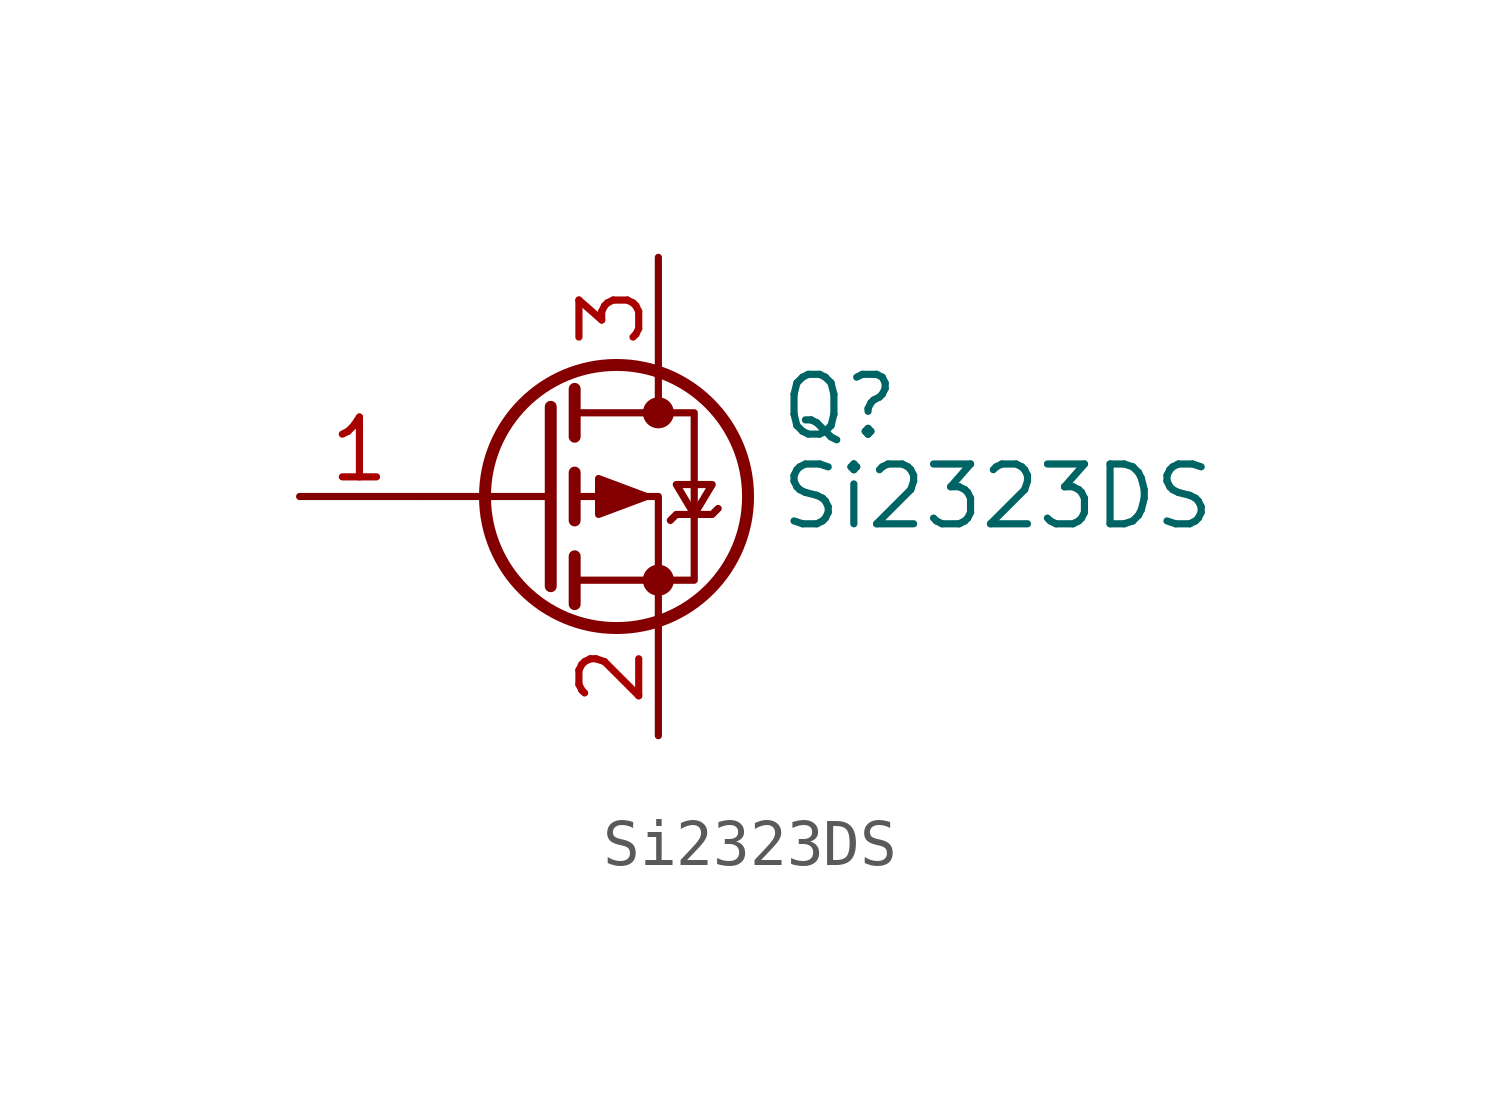
<source format=kicad_sym>
(kicad_symbol_lib
  (version 20201005)
  (generator kicad_symbol_editor)
  (symbol "Si2323DS"
    (pin_names hide)
    (property "Reference" "Q"
      (at 5.08 1.905 0)
      (effects (font (size 1.27 1.27)) (justify left)))
    (property "Value" "Si2323DS"
      (at 5.08 0 0)
      (effects (font (size 1.27 1.27)) (justify left)))
    (symbol "Si2323DS_0_1"
      (circle (center 1.651 0) (radius 2.794) (stroke (width 0.254)) (fill (type none)))
      (circle (center 2.54 -1.778) (radius 0.254) (stroke (width 0)) (fill (type outline)))
      (circle (center 2.54 1.778) (radius 0.254) (stroke (width 0)) (fill (type outline)))
      (polyline (pts (xy 0.254 0) (xy -2.54 0)) (stroke (width 0)) (fill (type none)))
      (polyline (pts (xy 0.254 1.905) (xy 0.254 -1.905)) (stroke (width 0.254)) (fill (type none)))
      (polyline (pts (xy 0.762 -1.27) (xy 0.762 -2.286)) (stroke (width 0.254)) (fill (type none)))
      (polyline (pts (xy 0.762 0.508) (xy 0.762 -0.508)) (stroke (width 0.254)) (fill (type none)))
      (polyline (pts (xy 0.762 2.286) (xy 0.762 1.27)) (stroke (width 0.254)) (fill (type none)))
      (polyline (pts (xy 2.54 2.54) (xy 2.54 1.778)) (stroke (width 0)) (fill (type none)))
      (polyline (pts (xy 2.54 -2.54) (xy 2.54 0) (xy 0.762 0)) (stroke (width 0)) (fill (type none)))
      (polyline (pts (xy 0.762 1.778) (xy 3.302 1.778) (xy 3.302 -1.778) (xy 0.762 -1.778)) (stroke (width 0)) (fill (type none)))
      (polyline (pts (xy 2.286 0) (xy 1.27 0.381) (xy 1.27 -0.381) (xy 2.286 0)) (stroke (width 0)) (fill (type outline)))
      (polyline (pts (xy 2.794 -0.508) (xy 2.921 -0.381) (xy 3.683 -0.381) (xy 3.81 -0.254)) (stroke (width 0)) (fill (type none)))
      (polyline (pts (xy 3.302 -0.381) (xy 2.921 0.254) (xy 3.683 0.254) (xy 3.302 -0.381)) (stroke (width 0)) (fill (type none))))
    (symbol "Si2323DS_1_1"
      (pin input line (at -5.08 0 0) (length 2.54) (name "G" (effects (font (size 1.27 1.27)))) (number "1" (effects (font (size 1.27 1.27)))))
      (pin passive line (at 2.54 -5.08 90) (length 2.54) (name "S" (effects (font (size 1.27 1.27)))) (number "2" (effects (font (size 1.27 1.27)))))
      (pin passive line (at 2.54 5.08 270) (length 2.54) (name "D" (effects (font (size 1.27 1.27)))) (number "3" (effects (font (size 1.27 1.27))))))))
</source>
